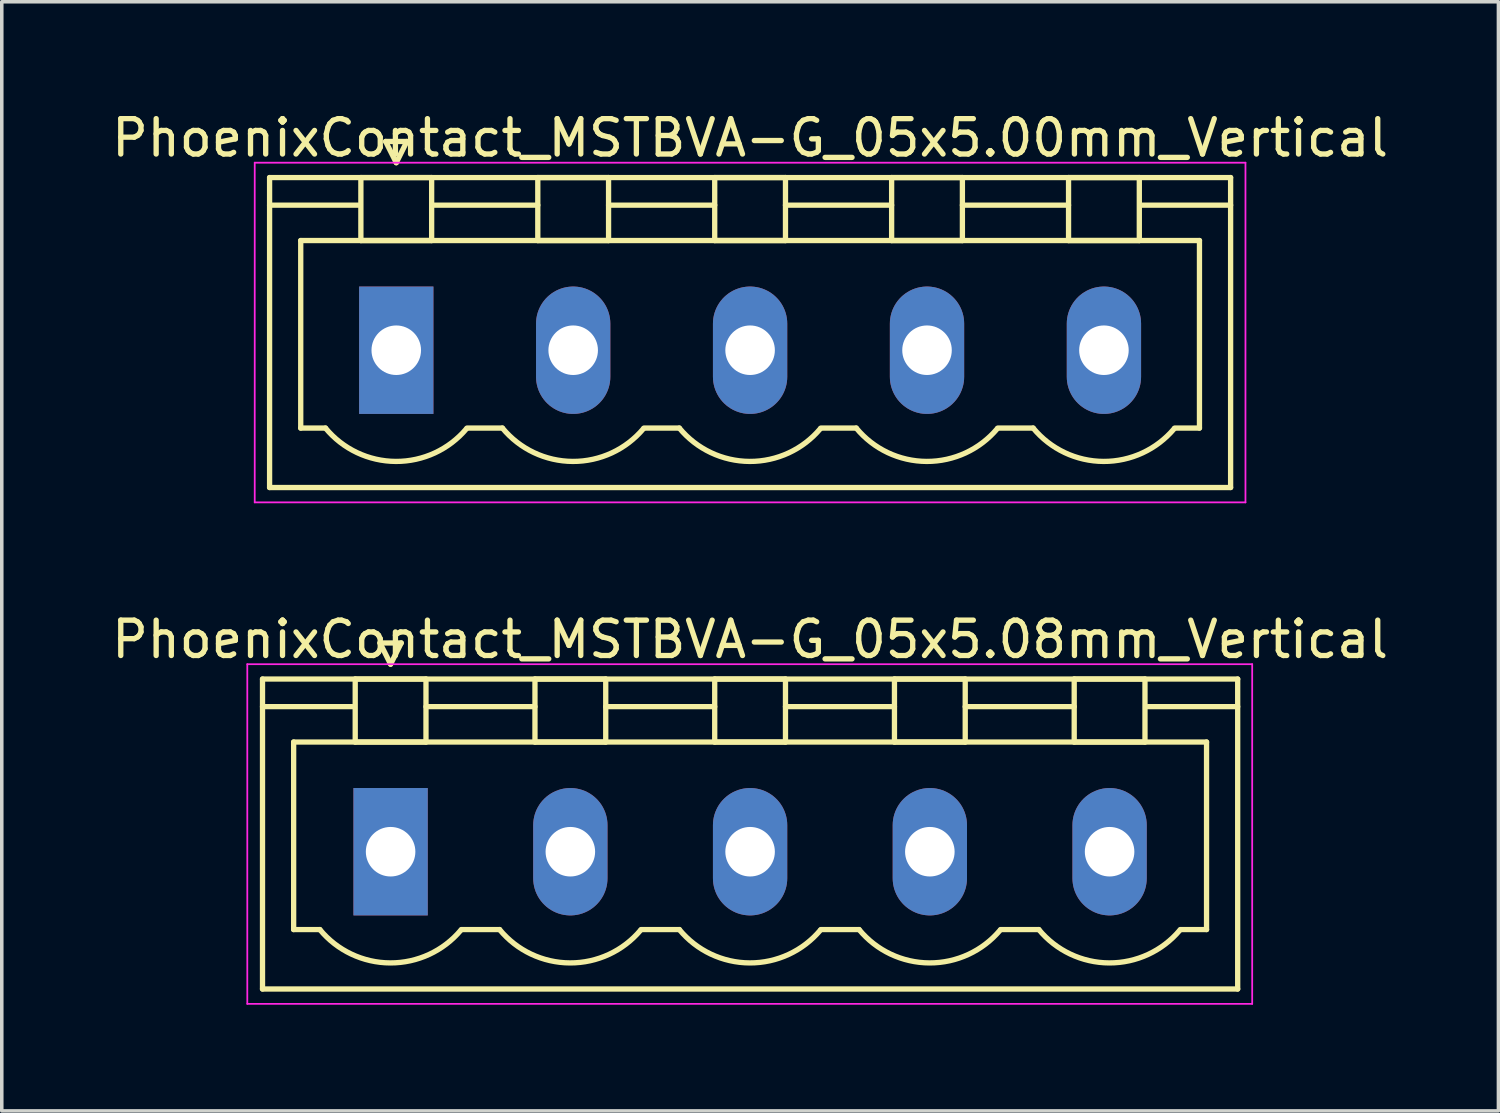
<source format=kicad_pcb>
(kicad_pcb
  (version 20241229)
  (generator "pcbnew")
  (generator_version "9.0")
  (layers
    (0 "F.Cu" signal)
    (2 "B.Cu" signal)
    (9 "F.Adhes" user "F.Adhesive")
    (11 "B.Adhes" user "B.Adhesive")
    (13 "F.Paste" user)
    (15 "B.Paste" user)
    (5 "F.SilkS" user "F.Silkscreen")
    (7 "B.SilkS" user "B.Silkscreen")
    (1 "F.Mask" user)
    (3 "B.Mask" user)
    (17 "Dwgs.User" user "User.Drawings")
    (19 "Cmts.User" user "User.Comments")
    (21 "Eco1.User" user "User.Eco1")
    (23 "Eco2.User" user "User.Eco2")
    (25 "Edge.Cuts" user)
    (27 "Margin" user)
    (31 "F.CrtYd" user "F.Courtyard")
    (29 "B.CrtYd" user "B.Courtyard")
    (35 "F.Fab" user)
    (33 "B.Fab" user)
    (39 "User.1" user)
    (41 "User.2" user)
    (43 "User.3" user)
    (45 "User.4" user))
  (footprint "PhoenixContact_MSTBVA-G_05x5.08mm_Vertical"
    (layer "F.Cu")
    (at 7.989 21.021)
    (property "Reference" "PhoenixContact_MSTBVA-G_05x5.08mm_Vertical" (at 10.16 -6 0) (layer "F.SilkS") (effects (font (size 1 1) (thickness 0.15))))
    (attr through_hole)
    (fp_line (start -3.62 -4.88) (end -3.62 3.88) (stroke (width 0.15) (type solid)) (layer "F.SilkS"))
    (fp_line (start -3.62 -4.1) (end -1.08 -4.1) (stroke (width 0.15) (type solid)) (layer "F.SilkS"))
    (fp_line (start -3.62 3.88) (end 23.94 3.88) (stroke (width 0.15) (type solid)) (layer "F.SilkS"))
    (fp_line (start -2.74 -3.1) (end 23.06 -3.1) (stroke (width 0.15) (type solid)) (layer "F.SilkS"))
    (fp_line (start -2.74 2.2) (end -2.74 -3.1) (stroke (width 0.15) (type solid)) (layer "F.SilkS"))
    (fp_line (start -2 2.2) (end -2.74 2.2) (stroke (width 0.15) (type solid)) (layer "F.SilkS"))
    (fp_line (start -1 -4.88) (end 1 -4.88) (stroke (width 0.15) (type solid)) (layer "F.SilkS"))
    (fp_line (start -1 -3.1) (end -1 -4.88) (stroke (width 0.15) (type solid)) (layer "F.SilkS"))
    (fp_line (start -0.3 -5.9) (end 0 -5.3) (stroke (width 0.15) (type solid)) (layer "F.SilkS"))
    (fp_line (start 0 -5.3) (end 0.3 -5.9) (stroke (width 0.15) (type solid)) (layer "F.SilkS"))
    (fp_line (start 0.3 -5.9) (end -0.3 -5.9) (stroke (width 0.15) (type solid)) (layer "F.SilkS"))
    (fp_line (start 1 -4.88) (end 1 -3.1) (stroke (width 0.15) (type solid)) (layer "F.SilkS"))
    (fp_line (start 1 -4.1) (end 4.08 -4.1) (stroke (width 0.15) (type solid)) (layer "F.SilkS"))
    (fp_line (start 1 -3.1) (end -1 -3.1) (stroke (width 0.15) (type solid)) (layer "F.SilkS"))
    (fp_line (start 2 2.2) (end 3.08 2.2) (stroke (width 0.15) (type solid)) (layer "F.SilkS"))
    (fp_line (start 4.08 -4.88) (end 6.08 -4.88) (stroke (width 0.15) (type solid)) (layer "F.SilkS"))
    (fp_line (start 4.08 -3.1) (end 4.08 -4.88) (stroke (width 0.15) (type solid)) (layer "F.SilkS"))
    (fp_line (start 6.08 -4.88) (end 6.08 -3.1) (stroke (width 0.15) (type solid)) (layer "F.SilkS"))
    (fp_line (start 6.08 -4.1) (end 9.16 -4.1) (stroke (width 0.15) (type solid)) (layer "F.SilkS"))
    (fp_line (start 6.08 -3.1) (end 4.08 -3.1) (stroke (width 0.15) (type solid)) (layer "F.SilkS"))
    (fp_line (start 7.08 2.2) (end 8.16 2.2) (stroke (width 0.15) (type solid)) (layer "F.SilkS"))
    (fp_line (start 9.16 -4.88) (end 11.16 -4.88) (stroke (width 0.15) (type solid)) (layer "F.SilkS"))
    (fp_line (start 9.16 -3.1) (end 9.16 -4.88) (stroke (width 0.15) (type solid)) (layer "F.SilkS"))
    (fp_line (start 11.16 -4.88) (end 11.16 -3.1) (stroke (width 0.15) (type solid)) (layer "F.SilkS"))
    (fp_line (start 11.16 -4.1) (end 14.24 -4.1) (stroke (width 0.15) (type solid)) (layer "F.SilkS"))
    (fp_line (start 11.16 -3.1) (end 9.16 -3.1) (stroke (width 0.15) (type solid)) (layer "F.SilkS"))
    (fp_line (start 12.16 2.2) (end 13.24 2.2) (stroke (width 0.15) (type solid)) (layer "F.SilkS"))
    (fp_line (start 14.24 -4.88) (end 16.24 -4.88) (stroke (width 0.15) (type solid)) (layer "F.SilkS"))
    (fp_line (start 14.24 -3.1) (end 14.24 -4.88) (stroke (width 0.15) (type solid)) (layer "F.SilkS"))
    (fp_line (start 16.24 -4.88) (end 16.24 -3.1) (stroke (width 0.15) (type solid)) (layer "F.SilkS"))
    (fp_line (start 16.24 -4.1) (end 19.32 -4.1) (stroke (width 0.15) (type solid)) (layer "F.SilkS"))
    (fp_line (start 16.24 -3.1) (end 14.24 -3.1) (stroke (width 0.15) (type solid)) (layer "F.SilkS"))
    (fp_line (start 17.24 2.2) (end 18.32 2.2) (stroke (width 0.15) (type solid)) (layer "F.SilkS"))
    (fp_line (start 19.32 -4.88) (end 21.32 -4.88) (stroke (width 0.15) (type solid)) (layer "F.SilkS"))
    (fp_line (start 19.32 -3.1) (end 19.32 -4.88) (stroke (width 0.15) (type solid)) (layer "F.SilkS"))
    (fp_line (start 21.32 -4.88) (end 21.32 -3.1) (stroke (width 0.15) (type solid)) (layer "F.SilkS"))
    (fp_line (start 21.32 -3.1) (end 19.32 -3.1) (stroke (width 0.15) (type solid)) (layer "F.SilkS"))
    (fp_line (start 23.06 -3.1) (end 23.06 2.2) (stroke (width 0.15) (type solid)) (layer "F.SilkS"))
    (fp_line (start 23.06 2.2) (end 22.32 2.2) (stroke (width 0.15) (type solid)) (layer "F.SilkS"))
    (fp_line (start 23.94 -4.88) (end -3.62 -4.88) (stroke (width 0.15) (type solid)) (layer "F.SilkS"))
    (fp_line (start 23.94 -4.1) (end 21.4 -4.1) (stroke (width 0.15) (type solid)) (layer "F.SilkS"))
    (fp_line (start 23.94 3.88) (end 23.94 -4.88) (stroke (width 0.15) (type solid)) (layer "F.SilkS"))
    (fp_arc (start 1.986842 2.215821) (mid -0.010289 3.142758) (end -2 2.2) (stroke (width 0.15) (type solid)) (layer "F.SilkS"))
    (fp_arc (start 7.066842 2.215821) (mid 5.069711 3.142758) (end 3.08 2.2) (stroke (width 0.15) (type solid)) (layer "F.SilkS"))
    (fp_arc (start 12.146842 2.215821) (mid 10.149711 3.142758) (end 8.16 2.2) (stroke (width 0.15) (type solid)) (layer "F.SilkS"))
    (fp_arc (start 17.226842 2.215821) (mid 15.229711 3.142758) (end 13.24 2.2) (stroke (width 0.15) (type solid)) (layer "F.SilkS"))
    (fp_arc (start 22.306842 2.215821) (mid 20.309711 3.142758) (end 18.32 2.2) (stroke (width 0.15) (type solid)) (layer "F.SilkS"))
    (fp_line (start -4.05 -5.3) (end -4.05 4.3) (stroke (width 0.05) (type solid)) (layer "F.CrtYd"))
    (fp_line (start -4.05 4.3) (end 24.35 4.3) (stroke (width 0.05) (type solid)) (layer "F.CrtYd"))
    (fp_line (start 24.35 -5.3) (end -4.05 -5.3) (stroke (width 0.05) (type solid)) (layer "F.CrtYd"))
    (fp_line (start 24.35 4.3) (end 24.35 -5.3) (stroke (width 0.05) (type solid)) (layer "F.CrtYd"))
    (pad "1" thru_hole rect (at 0 0) (size 2.1 3.6) (drill 1.4) (layers "*.Cu" "*.Mask"))
    (pad "2" thru_hole oval (at 5.08 0) (size 2.1 3.6) (drill 1.4) (layers "*.Cu" "*.Mask"))
    (pad "3" thru_hole oval (at 10.16 0) (size 2.1 3.6) (drill 1.4) (layers "*.Cu" "*.Mask"))
    (pad "4" thru_hole oval (at 15.24 0) (size 2.1 3.6) (drill 1.4) (layers "*.Cu" "*.Mask"))
    (pad "5" thru_hole oval (at 20.32 0) (size 2.1 3.6) (drill 1.4) (layers "*.Cu" "*.Mask")))
  (footprint "PhoenixContact_MSTBVA-G_05x5.00mm_Vertical"
    (layer "F.Cu")
    (at 8.149 6.848)
    (property "Reference" "PhoenixContact_MSTBVA-G_05x5.00mm_Vertical" (at 10 -6 0) (layer "F.SilkS") (effects (font (size 1 1) (thickness 0.15))))
    (attr through_hole)
    (fp_line (start -3.58 -4.88) (end -3.58 3.88) (stroke (width 0.15) (type solid)) (layer "F.SilkS"))
    (fp_line (start -3.58 -4.1) (end -1.08 -4.1) (stroke (width 0.15) (type solid)) (layer "F.SilkS"))
    (fp_line (start -3.58 3.88) (end 23.58 3.88) (stroke (width 0.15) (type solid)) (layer "F.SilkS"))
    (fp_line (start -2.7 -3.1) (end 22.7 -3.1) (stroke (width 0.15) (type solid)) (layer "F.SilkS"))
    (fp_line (start -2.7 2.2) (end -2.7 -3.1) (stroke (width 0.15) (type solid)) (layer "F.SilkS"))
    (fp_line (start -2 2.2) (end -2.7 2.2) (stroke (width 0.15) (type solid)) (layer "F.SilkS"))
    (fp_line (start -1 -4.88) (end 1 -4.88) (stroke (width 0.15) (type solid)) (layer "F.SilkS"))
    (fp_line (start -1 -3.1) (end -1 -4.88) (stroke (width 0.15) (type solid)) (layer "F.SilkS"))
    (fp_line (start -0.3 -5.9) (end 0 -5.3) (stroke (width 0.15) (type solid)) (layer "F.SilkS"))
    (fp_line (start 0 -5.3) (end 0.3 -5.9) (stroke (width 0.15) (type solid)) (layer "F.SilkS"))
    (fp_line (start 0.3 -5.9) (end -0.3 -5.9) (stroke (width 0.15) (type solid)) (layer "F.SilkS"))
    (fp_line (start 1 -4.88) (end 1 -3.1) (stroke (width 0.15) (type solid)) (layer "F.SilkS"))
    (fp_line (start 1 -4.1) (end 4 -4.1) (stroke (width 0.15) (type solid)) (layer "F.SilkS"))
    (fp_line (start 1 -3.1) (end -1 -3.1) (stroke (width 0.15) (type solid)) (layer "F.SilkS"))
    (fp_line (start 2 2.2) (end 3 2.2) (stroke (width 0.15) (type solid)) (layer "F.SilkS"))
    (fp_line (start 4 -4.88) (end 6 -4.88) (stroke (width 0.15) (type solid)) (layer "F.SilkS"))
    (fp_line (start 4 -3.1) (end 4 -4.88) (stroke (width 0.15) (type solid)) (layer "F.SilkS"))
    (fp_line (start 6 -4.88) (end 6 -3.1) (stroke (width 0.15) (type solid)) (layer "F.SilkS"))
    (fp_line (start 6 -4.1) (end 9 -4.1) (stroke (width 0.15) (type solid)) (layer "F.SilkS"))
    (fp_line (start 6 -3.1) (end 4 -3.1) (stroke (width 0.15) (type solid)) (layer "F.SilkS"))
    (fp_line (start 7 2.2) (end 8 2.2) (stroke (width 0.15) (type solid)) (layer "F.SilkS"))
    (fp_line (start 9 -4.88) (end 11 -4.88) (stroke (width 0.15) (type solid)) (layer "F.SilkS"))
    (fp_line (start 9 -3.1) (end 9 -4.88) (stroke (width 0.15) (type solid)) (layer "F.SilkS"))
    (fp_line (start 11 -4.88) (end 11 -3.1) (stroke (width 0.15) (type solid)) (layer "F.SilkS"))
    (fp_line (start 11 -4.1) (end 14 -4.1) (stroke (width 0.15) (type solid)) (layer "F.SilkS"))
    (fp_line (start 11 -3.1) (end 9 -3.1) (stroke (width 0.15) (type solid)) (layer "F.SilkS"))
    (fp_line (start 12 2.2) (end 13 2.2) (stroke (width 0.15) (type solid)) (layer "F.SilkS"))
    (fp_line (start 14 -4.88) (end 16 -4.88) (stroke (width 0.15) (type solid)) (layer "F.SilkS"))
    (fp_line (start 14 -3.1) (end 14 -4.88) (stroke (width 0.15) (type solid)) (layer "F.SilkS"))
    (fp_line (start 16 -4.88) (end 16 -3.1) (stroke (width 0.15) (type solid)) (layer "F.SilkS"))
    (fp_line (start 16 -4.1) (end 19 -4.1) (stroke (width 0.15) (type solid)) (layer "F.SilkS"))
    (fp_line (start 16 -3.1) (end 14 -3.1) (stroke (width 0.15) (type solid)) (layer "F.SilkS"))
    (fp_line (start 17 2.2) (end 18 2.2) (stroke (width 0.15) (type solid)) (layer "F.SilkS"))
    (fp_line (start 19 -4.88) (end 21 -4.88) (stroke (width 0.15) (type solid)) (layer "F.SilkS"))
    (fp_line (start 19 -3.1) (end 19 -4.88) (stroke (width 0.15) (type solid)) (layer "F.SilkS"))
    (fp_line (start 21 -4.88) (end 21 -3.1) (stroke (width 0.15) (type solid)) (layer "F.SilkS"))
    (fp_line (start 21 -3.1) (end 19 -3.1) (stroke (width 0.15) (type solid)) (layer "F.SilkS"))
    (fp_line (start 22.7 -3.1) (end 22.7 2.2) (stroke (width 0.15) (type solid)) (layer "F.SilkS"))
    (fp_line (start 22.7 2.2) (end 22 2.2) (stroke (width 0.15) (type solid)) (layer "F.SilkS"))
    (fp_line (start 23.58 -4.88) (end -3.58 -4.88) (stroke (width 0.15) (type solid)) (layer "F.SilkS"))
    (fp_line (start 23.58 -4.1) (end 21.08 -4.1) (stroke (width 0.15) (type solid)) (layer "F.SilkS"))
    (fp_line (start 23.58 3.88) (end 23.58 -4.88) (stroke (width 0.15) (type solid)) (layer "F.SilkS"))
    (fp_arc (start 1.986842 2.215821) (mid -0.010289 3.142758) (end -2 2.2) (stroke (width 0.15) (type solid)) (layer "F.SilkS"))
    (fp_arc (start 6.986842 2.215821) (mid 4.989711 3.142758) (end 3 2.2) (stroke (width 0.15) (type solid)) (layer "F.SilkS"))
    (fp_arc (start 11.986842 2.215821) (mid 9.989711 3.142758) (end 8 2.2) (stroke (width 0.15) (type solid)) (layer "F.SilkS"))
    (fp_arc (start 16.986842 2.215821) (mid 14.989711 3.142758) (end 13 2.2) (stroke (width 0.15) (type solid)) (layer "F.SilkS"))
    (fp_arc (start 21.986842 2.215821) (mid 19.989711 3.142758) (end 18 2.2) (stroke (width 0.15) (type solid)) (layer "F.SilkS"))
    (fp_line (start -4 -5.3) (end -4 4.3) (stroke (width 0.05) (type solid)) (layer "F.CrtYd"))
    (fp_line (start -4 4.3) (end 24 4.3) (stroke (width 0.05) (type solid)) (layer "F.CrtYd"))
    (fp_line (start 24 -5.3) (end -4 -5.3) (stroke (width 0.05) (type solid)) (layer "F.CrtYd"))
    (fp_line (start 24 4.3) (end 24 -5.3) (stroke (width 0.05) (type solid)) (layer "F.CrtYd"))
    (pad "1" thru_hole rect (at 0 0) (size 2.1 3.6) (drill 1.4) (layers "*.Cu" "*.Mask"))
    (pad "2" thru_hole oval (at 5 0) (size 2.1 3.6) (drill 1.4) (layers "*.Cu" "*.Mask"))
    (pad "3" thru_hole oval (at 10 0) (size 2.1 3.6) (drill 1.4) (layers "*.Cu" "*.Mask"))
    (pad "4" thru_hole oval (at 15 0) (size 2.1 3.6) (drill 1.4) (layers "*.Cu" "*.Mask"))
    (pad "5" thru_hole oval (at 20 0) (size 2.1 3.6) (drill 1.4) (layers "*.Cu" "*.Mask")))
  (gr_rect
    (start -3 -3)
    (end 39.298 28.346)
    (stroke (width 0.1) (type default))
    (fill no)
    (layer "Edge.Cuts")))
</source>
